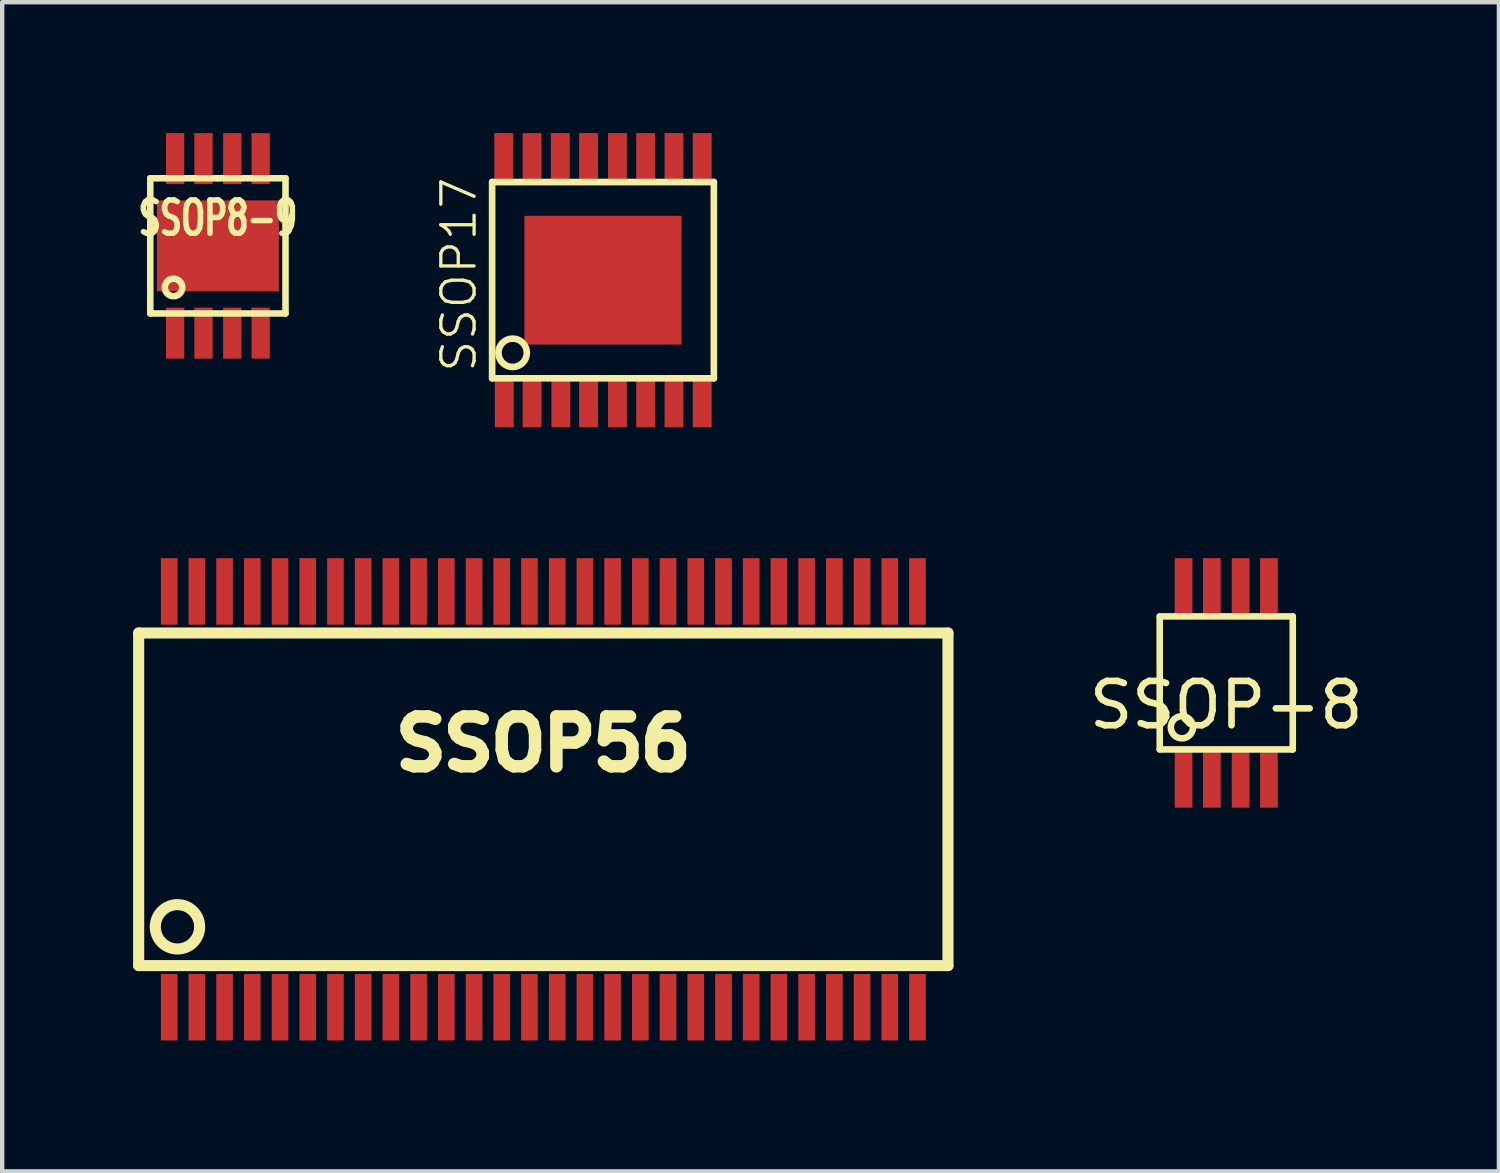
<source format=kicad_pcb>
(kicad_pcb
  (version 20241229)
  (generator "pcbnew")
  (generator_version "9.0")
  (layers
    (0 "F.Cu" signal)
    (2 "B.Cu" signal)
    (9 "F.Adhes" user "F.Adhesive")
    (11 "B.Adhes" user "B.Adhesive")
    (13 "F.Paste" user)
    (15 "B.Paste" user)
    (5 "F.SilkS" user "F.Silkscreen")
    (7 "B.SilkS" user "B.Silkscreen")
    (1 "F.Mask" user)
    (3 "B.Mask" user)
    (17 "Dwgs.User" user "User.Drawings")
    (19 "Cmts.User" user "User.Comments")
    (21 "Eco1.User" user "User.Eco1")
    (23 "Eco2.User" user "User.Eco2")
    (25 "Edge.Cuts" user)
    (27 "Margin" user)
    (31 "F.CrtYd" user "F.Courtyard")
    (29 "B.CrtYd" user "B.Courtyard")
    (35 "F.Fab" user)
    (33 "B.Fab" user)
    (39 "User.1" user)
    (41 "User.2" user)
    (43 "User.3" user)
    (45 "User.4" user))
  (footprint "SSOP-8"
    (layer "F.Cu")
    (at 25.044 12.596)
    (property "Reference" "SSOP-8" (at 0 0.508 0) (layer "F.SilkS") (effects (font (size 1.016 1.016) (thickness 0.152))))
    (attr smd)
    (fp_line (start -1.524 -1.524) (end 1.524 -1.524) (stroke (width 0.15) (type solid)) (layer "F.SilkS"))
    (fp_line (start -1.524 1.524) (end -1.524 -1.524) (stroke (width 0.15) (type solid)) (layer "F.SilkS"))
    (fp_line (start 1.524 -1.524) (end 1.524 1.524) (stroke (width 0.15) (type solid)) (layer "F.SilkS"))
    (fp_line (start 1.524 1.524) (end -1.524 1.524) (stroke (width 0.15) (type solid)) (layer "F.SilkS"))
    (fp_circle (center -1.016 1.016) (end -1.016 0.762) (stroke (width 0.15) (type solid)) (fill no) (layer "F.SilkS"))
    (pad "1" smd rect (at -0.978 2.223) (size 0.406 1.27) (layers "F.Cu" "F.Mask" "F.Paste"))
    (pad "2" smd rect (at -0.33 2.223) (size 0.406 1.27) (layers "F.Cu" "F.Mask" "F.Paste"))
    (pad "3" smd rect (at 0.33 2.223) (size 0.406 1.27) (layers "F.Cu" "F.Mask" "F.Paste"))
    (pad "4" smd rect (at 0.978 2.223) (size 0.406 1.27) (layers "F.Cu" "F.Mask" "F.Paste"))
    (pad "5" smd rect (at 0.978 -2.223) (size 0.406 1.27) (layers "F.Cu" "F.Mask" "F.Paste"))
    (pad "6" smd rect (at 0.33 -2.223) (size 0.406 1.27) (layers "F.Cu" "F.Mask" "F.Paste"))
    (pad "7" smd rect (at -0.33 -2.223) (size 0.406 1.27) (layers "F.Cu" "F.Mask" "F.Paste"))
    (pad "8" smd rect (at -0.978 -2.223) (size 0.406 1.27) (layers "F.Cu" "F.Mask" "F.Paste")))
  (footprint "SSOP56"
    (layer "F.Cu")
    (at 9.398 15.263)
    (property "Reference" "SSOP56" (at 0 -1.27 0) (layer "F.SilkS") (effects (font (size 1.143 1.143) (thickness 0.287))))
    (attr smd)
    (fp_line (start -9.271 -3.81) (end -9.271 3.81) (stroke (width 0.254) (type solid)) (layer "F.SilkS"))
    (fp_line (start -9.271 3.81) (end 9.271 3.81) (stroke (width 0.254) (type solid)) (layer "F.SilkS"))
    (fp_line (start 9.271 -3.81) (end -9.271 -3.81) (stroke (width 0.254) (type solid)) (layer "F.SilkS"))
    (fp_line (start 9.271 3.81) (end 9.271 -3.81) (stroke (width 0.254) (type solid)) (layer "F.SilkS"))
    (fp_circle (center -8.382 2.921) (end -8.382 2.413) (stroke (width 0.254) (type solid)) (fill no) (layer "F.SilkS"))
    (pad "1" smd rect (at -8.572 4.763) (size 0.381 1.524) (layers "F.Cu" "F.Mask" "F.Paste"))
    (pad "2" smd rect (at -7.938 4.763) (size 0.381 1.524) (layers "F.Cu" "F.Mask" "F.Paste"))
    (pad "3" smd rect (at -7.303 4.763) (size 0.381 1.524) (layers "F.Cu" "F.Mask" "F.Paste"))
    (pad "4" smd rect (at -6.668 4.763) (size 0.381 1.524) (layers "F.Cu" "F.Mask" "F.Paste"))
    (pad "5" smd rect (at -6.032 4.763) (size 0.381 1.524) (layers "F.Cu" "F.Mask" "F.Paste"))
    (pad "6" smd rect (at -5.397 4.763) (size 0.381 1.524) (layers "F.Cu" "F.Mask" "F.Paste"))
    (pad "7" smd rect (at -4.763 4.763) (size 0.381 1.524) (layers "F.Cu" "F.Mask" "F.Paste"))
    (pad "8" smd rect (at -4.128 4.763) (size 0.381 1.524) (layers "F.Cu" "F.Mask" "F.Paste"))
    (pad "9" smd rect (at -3.493 4.763) (size 0.381 1.524) (layers "F.Cu" "F.Mask" "F.Paste"))
    (pad "10" smd rect (at -2.857 4.763) (size 0.381 1.524) (layers "F.Cu" "F.Mask" "F.Paste"))
    (pad "11" smd rect (at -2.223 4.763) (size 0.381 1.524) (layers "F.Cu" "F.Mask" "F.Paste"))
    (pad "12" smd rect (at -1.587 4.763) (size 0.381 1.524) (layers "F.Cu" "F.Mask" "F.Paste"))
    (pad "13" smd rect (at -0.953 4.763) (size 0.381 1.524) (layers "F.Cu" "F.Mask" "F.Paste"))
    (pad "14" smd rect (at -0.318 4.763) (size 0.381 1.524) (layers "F.Cu" "F.Mask" "F.Paste"))
    (pad "15" smd rect (at 0.318 4.763) (size 0.381 1.524) (layers "F.Cu" "F.Mask" "F.Paste"))
    (pad "16" smd rect (at 0.953 4.763) (size 0.381 1.524) (layers "F.Cu" "F.Mask" "F.Paste"))
    (pad "17" smd rect (at 1.587 4.763) (size 0.381 1.524) (layers "F.Cu" "F.Mask" "F.Paste"))
    (pad "18" smd rect (at 2.223 4.763) (size 0.381 1.524) (layers "F.Cu" "F.Mask" "F.Paste"))
    (pad "19" smd rect (at 2.857 4.763) (size 0.381 1.524) (layers "F.Cu" "F.Mask" "F.Paste"))
    (pad "20" smd rect (at 3.493 4.763) (size 0.381 1.524) (layers "F.Cu" "F.Mask" "F.Paste"))
    (pad "21" smd rect (at 4.128 4.763) (size 0.381 1.524) (layers "F.Cu" "F.Mask" "F.Paste"))
    (pad "22" smd rect (at 4.763 4.763) (size 0.381 1.524) (layers "F.Cu" "F.Mask" "F.Paste"))
    (pad "23" smd rect (at 5.397 4.763) (size 0.381 1.524) (layers "F.Cu" "F.Mask" "F.Paste"))
    (pad "24" smd rect (at 6.032 4.763) (size 0.381 1.524) (layers "F.Cu" "F.Mask" "F.Paste"))
    (pad "25" smd rect (at 6.668 4.763) (size 0.381 1.524) (layers "F.Cu" "F.Mask" "F.Paste"))
    (pad "26" smd rect (at 7.303 4.763) (size 0.381 1.524) (layers "F.Cu" "F.Mask" "F.Paste"))
    (pad "27" smd rect (at 7.938 4.763) (size 0.381 1.524) (layers "F.Cu" "F.Mask" "F.Paste"))
    (pad "28" smd rect (at 8.572 4.763) (size 0.381 1.524) (layers "F.Cu" "F.Mask" "F.Paste"))
    (pad "29" smd rect (at 8.572 -4.763) (size 0.381 1.524) (layers "F.Cu" "F.Mask" "F.Paste"))
    (pad "30" smd rect (at 7.938 -4.763) (size 0.381 1.524) (layers "F.Cu" "F.Mask" "F.Paste"))
    (pad "31" smd rect (at 7.303 -4.763) (size 0.381 1.524) (layers "F.Cu" "F.Mask" "F.Paste"))
    (pad "32" smd rect (at 6.668 -4.763) (size 0.381 1.524) (layers "F.Cu" "F.Mask" "F.Paste"))
    (pad "33" smd rect (at 6.032 -4.763) (size 0.381 1.524) (layers "F.Cu" "F.Mask" "F.Paste"))
    (pad "34" smd rect (at 5.397 -4.763) (size 0.381 1.524) (layers "F.Cu" "F.Mask" "F.Paste"))
    (pad "35" smd rect (at 4.763 -4.763) (size 0.381 1.524) (layers "F.Cu" "F.Mask" "F.Paste"))
    (pad "36" smd rect (at 4.128 -4.763) (size 0.381 1.524) (layers "F.Cu" "F.Mask" "F.Paste"))
    (pad "37" smd rect (at 3.493 -4.763) (size 0.381 1.524) (layers "F.Cu" "F.Mask" "F.Paste"))
    (pad "38" smd rect (at 2.857 -4.763) (size 0.381 1.524) (layers "F.Cu" "F.Mask" "F.Paste"))
    (pad "39" smd rect (at 2.223 -4.763) (size 0.381 1.524) (layers "F.Cu" "F.Mask" "F.Paste"))
    (pad "40" smd rect (at 1.587 -4.763) (size 0.381 1.524) (layers "F.Cu" "F.Mask" "F.Paste"))
    (pad "41" smd rect (at 0.953 -4.763) (size 0.381 1.524) (layers "F.Cu" "F.Mask" "F.Paste"))
    (pad "42" smd rect (at 0.318 -4.763) (size 0.381 1.524) (layers "F.Cu" "F.Mask" "F.Paste"))
    (pad "43" smd rect (at -0.318 -4.763) (size 0.381 1.524) (layers "F.Cu" "F.Mask" "F.Paste"))
    (pad "44" smd rect (at -0.953 -4.763) (size 0.381 1.524) (layers "F.Cu" "F.Mask" "F.Paste"))
    (pad "45" smd rect (at -1.587 -4.763) (size 0.381 1.524) (layers "F.Cu" "F.Mask" "F.Paste"))
    (pad "46" smd rect (at -2.223 -4.763) (size 0.381 1.524) (layers "F.Cu" "F.Mask" "F.Paste"))
    (pad "47" smd rect (at -2.857 -4.763) (size 0.381 1.524) (layers "F.Cu" "F.Mask" "F.Paste"))
    (pad "48" smd rect (at -3.493 -4.763) (size 0.381 1.524) (layers "F.Cu" "F.Mask" "F.Paste"))
    (pad "49" smd rect (at -4.128 -4.763) (size 0.381 1.524) (layers "F.Cu" "F.Mask" "F.Paste"))
    (pad "50" smd rect (at -4.763 -4.763) (size 0.381 1.524) (layers "F.Cu" "F.Mask" "F.Paste"))
    (pad "51" smd rect (at -5.397 -4.763) (size 0.381 1.524) (layers "F.Cu" "F.Mask" "F.Paste"))
    (pad "52" smd rect (at -6.032 -4.763) (size 0.381 1.524) (layers "F.Cu" "F.Mask" "F.Paste"))
    (pad "53" smd rect (at -6.668 -4.763) (size 0.381 1.524) (layers "F.Cu" "F.Mask" "F.Paste"))
    (pad "54" smd rect (at -7.303 -4.763) (size 0.381 1.524) (layers "F.Cu" "F.Mask" "F.Paste"))
    (pad "55" smd rect (at -7.938 -4.763) (size 0.381 1.524) (layers "F.Cu" "F.Mask" "F.Paste"))
    (pad "56" smd rect (at -8.572 -4.763) (size 0.381 1.524) (layers "F.Cu" "F.Mask" "F.Paste")))
  (footprint "SSOP17"
    (layer "F.Cu")
    (at 10.765 3.369)
    (property "Reference" "SSOP17" (at -3.302 -0.127 90) (layer "F.SilkS") (effects (font (size 0.762 0.762) (thickness 0.076))))
    (attr smd)
    (fp_line (start -2.54 -2.248) (end -2.54 2.248) (stroke (width 0.152) (type solid)) (layer "F.SilkS"))
    (fp_line (start -2.54 2.248) (end 2.54 2.248) (stroke (width 0.152) (type solid)) (layer "F.SilkS"))
    (fp_line (start 2.54 -2.248) (end -2.54 -2.248) (stroke (width 0.152) (type solid)) (layer "F.SilkS"))
    (fp_line (start 2.54 2.248) (end 2.54 -2.248) (stroke (width 0.152) (type solid)) (layer "F.SilkS"))
    (fp_circle (center -2.07 1.664) (end -2.273 1.918) (stroke (width 0.152) (type solid)) (fill no) (layer "F.SilkS"))
    (pad "1" smd rect (at -2.261 2.794) (size 0.432 1.151) (layers "F.Cu" "F.Mask" "F.Paste"))
    (pad "2" smd rect (at -1.626 2.794) (size 0.432 1.151) (layers "F.Cu" "F.Mask" "F.Paste"))
    (pad "3" smd rect (at -0.965 2.794) (size 0.432 1.151) (layers "F.Cu" "F.Mask" "F.Paste"))
    (pad "4" smd rect (at -0.33 2.794) (size 0.432 1.151) (layers "F.Cu" "F.Mask" "F.Paste"))
    (pad "5" smd rect (at 0.33 2.794) (size 0.432 1.151) (layers "F.Cu" "F.Mask" "F.Paste"))
    (pad "6" smd rect (at 0.978 2.794) (size 0.432 1.151) (layers "F.Cu" "F.Mask" "F.Paste"))
    (pad "7" smd rect (at 1.626 2.794) (size 0.432 1.151) (layers "F.Cu" "F.Mask" "F.Paste"))
    (pad "8" smd rect (at 2.273 2.794) (size 0.432 1.151) (layers "F.Cu" "F.Mask" "F.Paste"))
    (pad "9" smd rect (at 2.273 -2.794) (size 0.432 1.151) (layers "F.Cu" "F.Mask" "F.Paste"))
    (pad "10" smd rect (at 1.626 -2.794) (size 0.432 1.151) (layers "F.Cu" "F.Mask" "F.Paste"))
    (pad "11" smd rect (at 0.978 -2.794) (size 0.432 1.151) (layers "F.Cu" "F.Mask" "F.Paste"))
    (pad "12" smd rect (at 0.33 -2.794) (size 0.432 1.151) (layers "F.Cu" "F.Mask" "F.Paste"))
    (pad "13" smd rect (at -0.33 -2.794) (size 0.432 1.151) (layers "F.Cu" "F.Mask" "F.Paste"))
    (pad "14" smd rect (at -0.978 -2.794) (size 0.432 1.151) (layers "F.Cu" "F.Mask" "F.Paste"))
    (pad "15" smd rect (at -1.626 -2.794) (size 0.432 1.151) (layers "F.Cu" "F.Mask" "F.Paste"))
    (pad "16" smd rect (at -2.273 -2.794) (size 0.432 1.151) (layers "F.Cu" "F.Mask" "F.Paste"))
    (pad "17" smd rect (at 0 0) (size 3.599 2.949) (layers "F.Cu" "F.Mask" "F.Paste")))
  (footprint "SSOP8-9"
    (layer "F.Cu")
    (at 1.942 2.583)
    (property "Reference" "SSOP8-9" (at 0 -0.635 0) (layer "F.SilkS") (effects (font (size 0.762 0.508) (thickness 0.152))))
    (attr smd)
    (fp_line (start -1.549 -1.549) (end -1.549 1.549) (stroke (width 0.15) (type solid)) (layer "F.SilkS"))
    (fp_line (start -1.549 1.549) (end 1.549 1.549) (stroke (width 0.15) (type solid)) (layer "F.SilkS"))
    (fp_line (start 0 -1.549) (end -1.549 -1.549) (stroke (width 0.15) (type solid)) (layer "F.SilkS"))
    (fp_line (start 1.549 -1.549) (end 0 -1.549) (stroke (width 0.15) (type solid)) (layer "F.SilkS"))
    (fp_line (start 1.549 1.549) (end 1.549 -1.549) (stroke (width 0.15) (type solid)) (layer "F.SilkS"))
    (fp_circle (center -1.016 0.953) (end -1.079 1.143) (stroke (width 0.15) (type solid)) (fill no) (layer "F.SilkS"))
    (pad "1" smd rect (at -0.98 1.999) (size 0.419 1.168) (layers "F.Cu" "F.Mask" "F.Paste"))
    (pad "2" smd rect (at -0.33 1.999) (size 0.419 1.168) (layers "F.Cu" "F.Mask" "F.Paste"))
    (pad "3" smd rect (at 0.33 1.999) (size 0.419 1.168) (layers "F.Cu" "F.Mask" "F.Paste"))
    (pad "4" smd rect (at 0.98 1.999) (size 0.419 1.168) (layers "F.Cu" "F.Mask" "F.Paste"))
    (pad "5" smd rect (at 0.98 -1.999) (size 0.419 1.168) (layers "F.Cu" "F.Mask" "F.Paste"))
    (pad "6" smd rect (at 0.33 -1.999) (size 0.419 1.168) (layers "F.Cu" "F.Mask" "F.Paste"))
    (pad "7" smd rect (at -0.33 -1.999) (size 0.419 1.168) (layers "F.Cu" "F.Mask" "F.Paste"))
    (pad "8" smd rect (at -0.98 -1.999) (size 0.419 1.168) (layers "F.Cu" "F.Mask" "F.Paste"))
    (pad "9" smd rect (at 0 0) (size 2.794 2.083) (layers "F.Cu" "F.Mask" "F.Paste")))
  (gr_rect
    (start -3 -3)
    (end 31.291 23.788)
    (stroke (width 0.1) (type default))
    (fill no)
    (layer "Edge.Cuts")))
</source>
